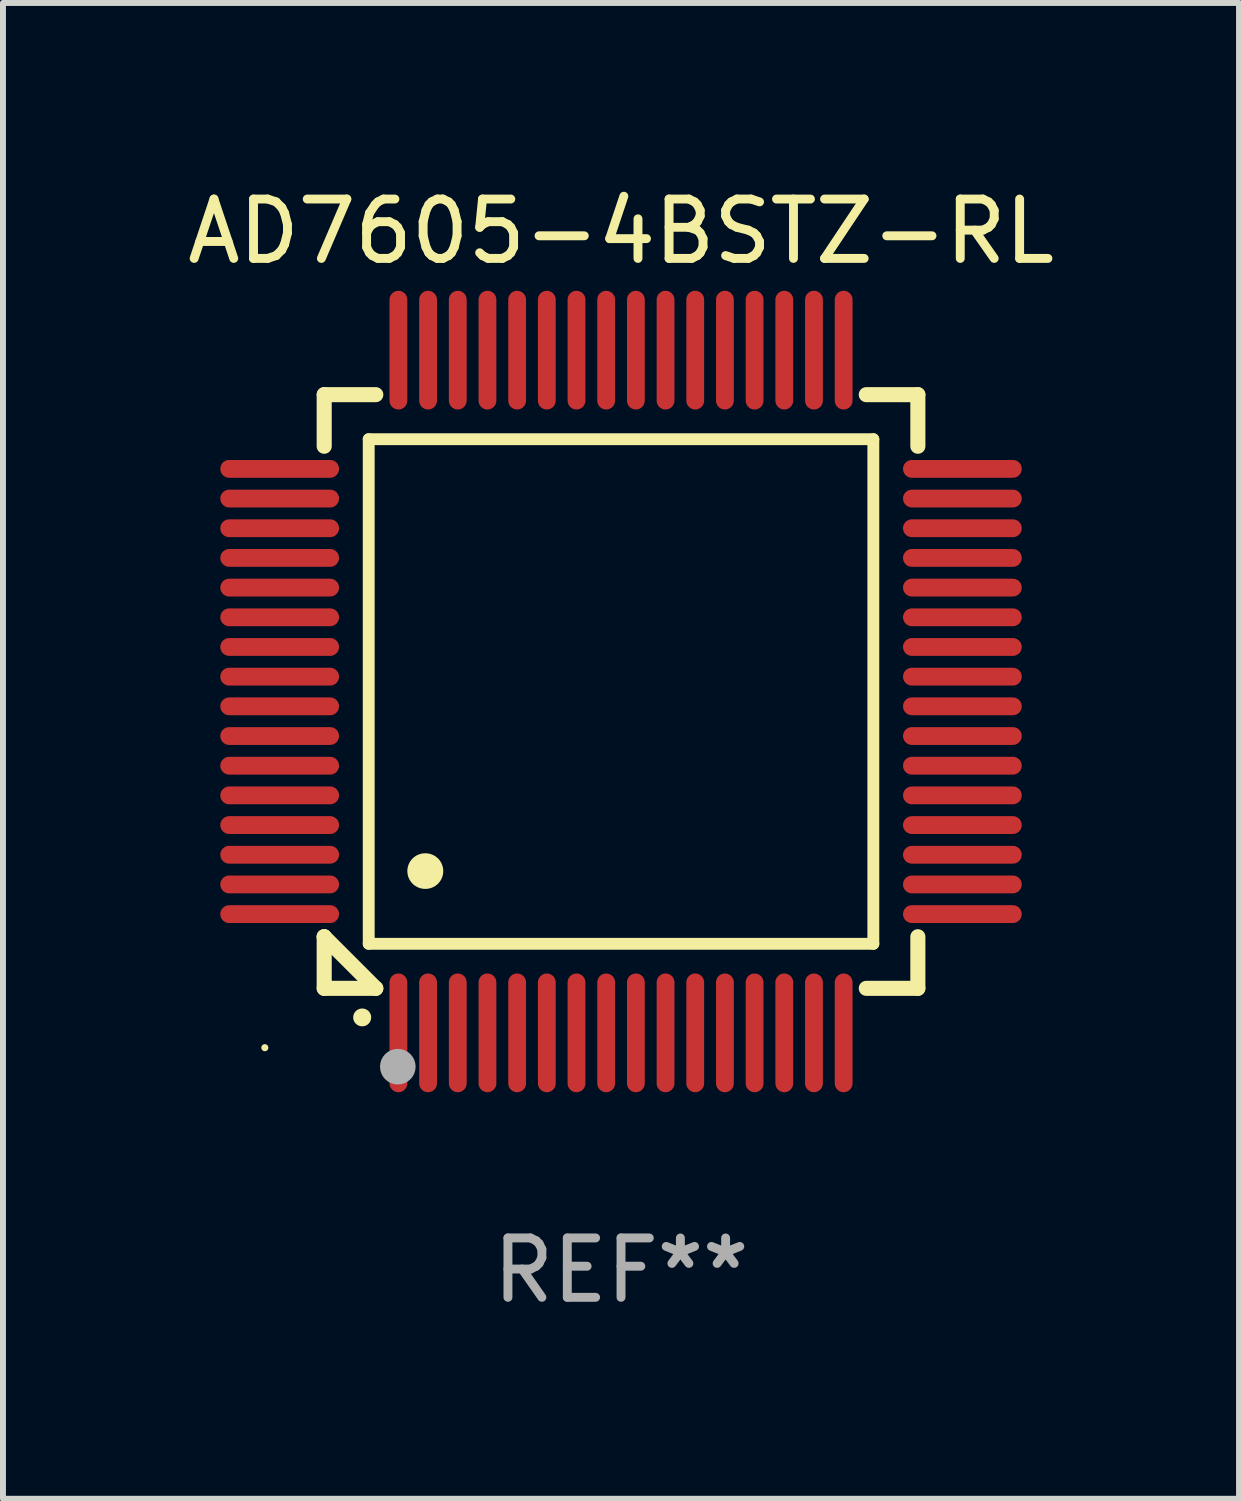
<source format=kicad_pcb>
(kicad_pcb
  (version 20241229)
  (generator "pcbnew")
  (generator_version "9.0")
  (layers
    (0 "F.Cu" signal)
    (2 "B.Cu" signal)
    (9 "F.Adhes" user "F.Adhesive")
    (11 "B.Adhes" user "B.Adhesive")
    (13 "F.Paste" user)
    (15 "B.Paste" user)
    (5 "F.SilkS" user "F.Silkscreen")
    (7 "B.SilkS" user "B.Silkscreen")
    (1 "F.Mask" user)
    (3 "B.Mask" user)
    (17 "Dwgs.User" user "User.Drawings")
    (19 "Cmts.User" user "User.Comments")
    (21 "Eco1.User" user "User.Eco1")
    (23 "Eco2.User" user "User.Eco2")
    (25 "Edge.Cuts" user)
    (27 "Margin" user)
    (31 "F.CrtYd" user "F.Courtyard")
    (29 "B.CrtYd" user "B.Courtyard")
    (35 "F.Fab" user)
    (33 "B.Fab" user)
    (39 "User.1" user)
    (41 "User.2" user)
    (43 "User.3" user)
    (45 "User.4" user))
  (footprint "AD7605-4BSTZ-RL"
    (layer "F.Cu")
    (at 7.411 8.598)
    (property "Reference" "AD7605-4BSTZ-RL" (at 0 -7.75 0) (layer "F.SilkS") (effects (font (size 1 1) (thickness 0.15))))
    (attr through_hole)
    (fp_line (start -5 -5) (end -4.131 -5) (stroke (width 0.254) (type solid)) (layer "F.SilkS"))
    (fp_line (start -5 -4.131) (end -5 -5) (stroke (width 0.254) (type solid)) (layer "F.SilkS"))
    (fp_line (start -5 4.131) (end -5 4.131) (stroke (width 0.254) (type solid)) (layer "F.SilkS"))
    (fp_line (start -5 5) (end -5 4.131) (stroke (width 0.254) (type solid)) (layer "F.SilkS"))
    (fp_line (start -5 4.131) (end -4.131 5) (stroke (width 0.254) (type solid)) (layer "F.SilkS"))
    (fp_line (start -4.25 -4.25) (end -4.25 4.25) (stroke (width 0.2) (type solid)) (layer "F.SilkS"))
    (fp_line (start -4.25 4.25) (end 4.25 4.25) (stroke (width 0.2) (type solid)) (layer "F.SilkS"))
    (fp_line (start -4.131 5) (end -5 5) (stroke (width 0.254) (type solid)) (layer "F.SilkS"))
    (fp_line (start 4.25 -4.25) (end -4.25 -4.25) (stroke (width 0.2) (type solid)) (layer "F.SilkS"))
    (fp_line (start 4.25 4.25) (end 4.25 -4.25) (stroke (width 0.2) (type solid)) (layer "F.SilkS"))
    (fp_line (start 5 -5) (end 4.131 -5) (stroke (width 0.254) (type solid)) (layer "F.SilkS"))
    (fp_line (start 5 -5) (end 5 -4.131) (stroke (width 0.254) (type solid)) (layer "F.SilkS"))
    (fp_line (start 5 4.131) (end 5 5) (stroke (width 0.254) (type solid)) (layer "F.SilkS"))
    (fp_line (start 5 5) (end 4.131 5) (stroke (width 0.254) (type solid)) (layer "F.SilkS"))
    (fp_arc (start -4.361265 5.489992) (mid -4.359995 5.489987) (end -4.358725 5.489992) (stroke (width 0.3) (type solid)) (layer "F.SilkS"))
    (fp_arc (start -3.299467 3.025146) (mid -3.296927 3.025135) (end -3.294387 3.025146) (stroke (width 0.6) (type solid)) (layer "F.SilkS"))
    (fp_circle (center -6 6) (end -5.97 6) (stroke (width 0.06) (type solid)) (fill no) (layer "F.SilkS"))
    (fp_circle (center -3.76 6.32) (end -3.61 6.32) (stroke (width 0.3) (type solid)) (fill no) (layer "F.Fab"))
    (fp_text user "REF**" (at 0 9.75 0) (layer "F.Fab") (effects (font (size 1 1) (thickness 0.15))))
    (pad "1" smd oval (at -3.75 5.75) (size 0.3 2) (layers "F.Cu" "F.Mask" "F.Paste"))
    (pad "2" smd oval (at -3.25 5.75) (size 0.3 2) (layers "F.Cu" "F.Mask" "F.Paste"))
    (pad "3" smd oval (at -2.75 5.75) (size 0.3 2) (layers "F.Cu" "F.Mask" "F.Paste"))
    (pad "4" smd oval (at -2.25 5.75) (size 0.3 2) (layers "F.Cu" "F.Mask" "F.Paste"))
    (pad "5" smd oval (at -1.75 5.75) (size 0.3 2) (layers "F.Cu" "F.Mask" "F.Paste"))
    (pad "6" smd oval (at -1.25 5.75) (size 0.3 2) (layers "F.Cu" "F.Mask" "F.Paste"))
    (pad "7" smd oval (at -0.75 5.75) (size 0.3 2) (layers "F.Cu" "F.Mask" "F.Paste"))
    (pad "8" smd oval (at -0.25 5.75) (size 0.3 2) (layers "F.Cu" "F.Mask" "F.Paste"))
    (pad "9" smd oval (at 0.25 5.75) (size 0.3 2) (layers "F.Cu" "F.Mask" "F.Paste"))
    (pad "10" smd oval (at 0.75 5.75) (size 0.3 2) (layers "F.Cu" "F.Mask" "F.Paste"))
    (pad "11" smd oval (at 1.25 5.75) (size 0.3 2) (layers "F.Cu" "F.Mask" "F.Paste"))
    (pad "12" smd oval (at 1.75 5.75) (size 0.3 2) (layers "F.Cu" "F.Mask" "F.Paste"))
    (pad "13" smd oval (at 2.25 5.75) (size 0.3 2) (layers "F.Cu" "F.Mask" "F.Paste"))
    (pad "14" smd oval (at 2.75 5.75) (size 0.3 2) (layers "F.Cu" "F.Mask" "F.Paste"))
    (pad "15" smd oval (at 3.25 5.75) (size 0.3 2) (layers "F.Cu" "F.Mask" "F.Paste"))
    (pad "16" smd oval (at 3.75 5.75) (size 0.3 2) (layers "F.Cu" "F.Mask" "F.Paste"))
    (pad "17" smd oval (at 5.75 3.75) (size 2 0.3) (layers "F.Cu" "F.Mask" "F.Paste"))
    (pad "18" smd oval (at 5.75 3.25) (size 2 0.3) (layers "F.Cu" "F.Mask" "F.Paste"))
    (pad "19" smd oval (at 5.75 2.75) (size 2 0.3) (layers "F.Cu" "F.Mask" "F.Paste"))
    (pad "20" smd oval (at 5.75 2.25) (size 2 0.3) (layers "F.Cu" "F.Mask" "F.Paste"))
    (pad "21" smd oval (at 5.75 1.75) (size 2 0.3) (layers "F.Cu" "F.Mask" "F.Paste"))
    (pad "22" smd oval (at 5.75 1.25) (size 2 0.3) (layers "F.Cu" "F.Mask" "F.Paste"))
    (pad "23" smd oval (at 5.75 0.75) (size 2 0.3) (layers "F.Cu" "F.Mask" "F.Paste"))
    (pad "24" smd oval (at 5.75 0.25) (size 2 0.3) (layers "F.Cu" "F.Mask" "F.Paste"))
    (pad "25" smd oval (at 5.75 -0.25) (size 2 0.3) (layers "F.Cu" "F.Mask" "F.Paste"))
    (pad "26" smd oval (at 5.75 -0.75) (size 2 0.3) (layers "F.Cu" "F.Mask" "F.Paste"))
    (pad "27" smd oval (at 5.75 -1.25) (size 2 0.3) (layers "F.Cu" "F.Mask" "F.Paste"))
    (pad "28" smd oval (at 5.75 -1.75) (size 2 0.3) (layers "F.Cu" "F.Mask" "F.Paste"))
    (pad "29" smd oval (at 5.75 -2.25) (size 2 0.3) (layers "F.Cu" "F.Mask" "F.Paste"))
    (pad "30" smd oval (at 5.75 -2.75) (size 2 0.3) (layers "F.Cu" "F.Mask" "F.Paste"))
    (pad "31" smd oval (at 5.75 -3.25) (size 2 0.3) (layers "F.Cu" "F.Mask" "F.Paste"))
    (pad "32" smd oval (at 5.75 -3.75) (size 2 0.3) (layers "F.Cu" "F.Mask" "F.Paste"))
    (pad "33" smd oval (at 3.75 -5.75) (size 0.3 2) (layers "F.Cu" "F.Mask" "F.Paste"))
    (pad "34" smd oval (at 3.25 -5.75) (size 0.3 2) (layers "F.Cu" "F.Mask" "F.Paste"))
    (pad "35" smd oval (at 2.75 -5.75) (size 0.3 2) (layers "F.Cu" "F.Mask" "F.Paste"))
    (pad "36" smd oval (at 2.25 -5.75) (size 0.3 2) (layers "F.Cu" "F.Mask" "F.Paste"))
    (pad "37" smd oval (at 1.75 -5.75) (size 0.3 2) (layers "F.Cu" "F.Mask" "F.Paste"))
    (pad "38" smd oval (at 1.25 -5.75) (size 0.3 2) (layers "F.Cu" "F.Mask" "F.Paste"))
    (pad "39" smd oval (at 0.75 -5.75) (size 0.3 2) (layers "F.Cu" "F.Mask" "F.Paste"))
    (pad "40" smd oval (at 0.25 -5.75) (size 0.3 2) (layers "F.Cu" "F.Mask" "F.Paste"))
    (pad "41" smd oval (at -0.25 -5.75) (size 0.3 2) (layers "F.Cu" "F.Mask" "F.Paste"))
    (pad "42" smd oval (at -0.75 -5.75) (size 0.3 2) (layers "F.Cu" "F.Mask" "F.Paste"))
    (pad "43" smd oval (at -1.25 -5.75) (size 0.3 2) (layers "F.Cu" "F.Mask" "F.Paste"))
    (pad "44" smd oval (at -1.75 -5.75) (size 0.3 2) (layers "F.Cu" "F.Mask" "F.Paste"))
    (pad "45" smd oval (at -2.25 -5.75) (size 0.3 2) (layers "F.Cu" "F.Mask" "F.Paste"))
    (pad "46" smd oval (at -2.75 -5.75) (size 0.3 2) (layers "F.Cu" "F.Mask" "F.Paste"))
    (pad "47" smd oval (at -3.25 -5.75) (size 0.3 2) (layers "F.Cu" "F.Mask" "F.Paste"))
    (pad "48" smd oval (at -3.75 -5.75) (size 0.3 2) (layers "F.Cu" "F.Mask" "F.Paste"))
    (pad "49" smd oval (at -5.75 -3.75) (size 2 0.3) (layers "F.Cu" "F.Mask" "F.Paste"))
    (pad "50" smd oval (at -5.75 -3.25) (size 2 0.3) (layers "F.Cu" "F.Mask" "F.Paste"))
    (pad "51" smd oval (at -5.75 -2.75) (size 2 0.3) (layers "F.Cu" "F.Mask" "F.Paste"))
    (pad "52" smd oval (at -5.75 -2.25) (size 2 0.3) (layers "F.Cu" "F.Mask" "F.Paste"))
    (pad "53" smd oval (at -5.75 -1.75) (size 2 0.3) (layers "F.Cu" "F.Mask" "F.Paste"))
    (pad "54" smd oval (at -5.75 -1.25) (size 2 0.3) (layers "F.Cu" "F.Mask" "F.Paste"))
    (pad "55" smd oval (at -5.75 -0.75) (size 2 0.3) (layers "F.Cu" "F.Mask" "F.Paste"))
    (pad "56" smd oval (at -5.75 -0.25) (size 2 0.3) (layers "F.Cu" "F.Mask" "F.Paste"))
    (pad "57" smd oval (at -5.75 0.25) (size 2 0.3) (layers "F.Cu" "F.Mask" "F.Paste"))
    (pad "58" smd oval (at -5.75 0.75) (size 2 0.3) (layers "F.Cu" "F.Mask" "F.Paste"))
    (pad "59" smd oval (at -5.75 1.25) (size 2 0.3) (layers "F.Cu" "F.Mask" "F.Paste"))
    (pad "60" smd oval (at -5.75 1.75) (size 2 0.3) (layers "F.Cu" "F.Mask" "F.Paste"))
    (pad "61" smd oval (at -5.75 2.25) (size 2 0.3) (layers "F.Cu" "F.Mask" "F.Paste"))
    (pad "62" smd oval (at -5.75 2.75) (size 2 0.3) (layers "F.Cu" "F.Mask" "F.Paste"))
    (pad "63" smd oval (at -5.75 3.25) (size 2 0.3) (layers "F.Cu" "F.Mask" "F.Paste"))
    (pad "64" smd oval (at -5.75 3.75) (size 2 0.3) (layers "F.Cu" "F.Mask" "F.Paste")))
  (gr_rect
    (start -3 -3)
    (end 17.821 22.196)
    (stroke (width 0.1) (type default))
    (fill no)
    (layer "Edge.Cuts")))
</source>
